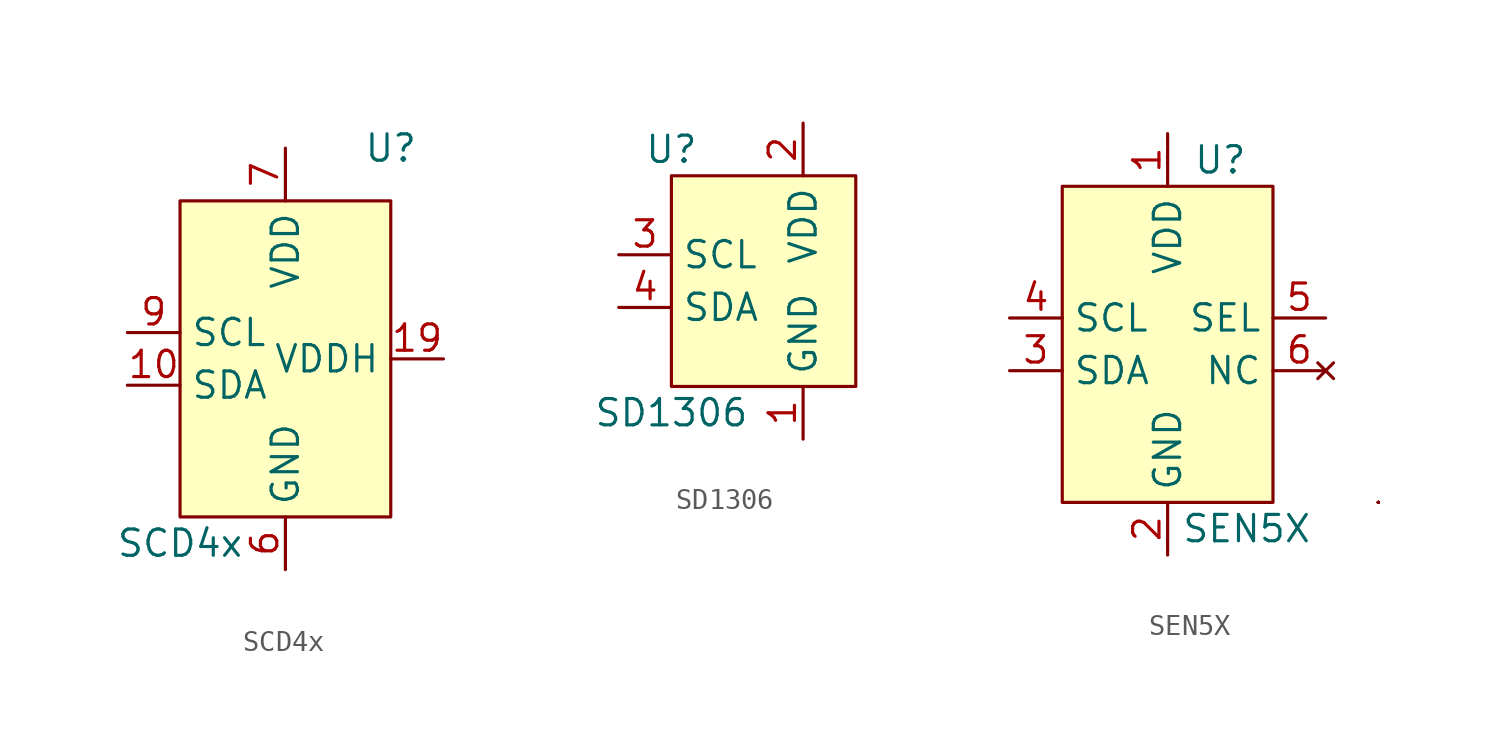
<source format=kicad_sym>
(kicad_symbol_lib
  (version 20211014)
  (generator kicad_symbol_editor)
  (symbol "SCD4x"
    (property "Reference" "U"
      (at 5.08 10.16 0)
      (effects (font (size 1.27 1.27))))
    (property "Value" "SCD4x"
      (at -5.08 -8.89 0)
      (effects (font (size 1.27 1.27))))
    (symbol "SCD4x_0_1"
      (rectangle (start -5.08 7.62) (end 5.08 -7.62) (stroke (width 0) (type default) (color 0 0 0 0)) (fill (type background))))
    (symbol "SCD4x_1_1"
      (pin input line (at -7.62 -1.27 0) (length 2.54) (name "SDA" (effects (font (size 1.27 1.27)))) (number "10" (effects (font (size 1.27 1.27)))))
      (pin input line (at 7.62 0 180) (length 2.54) (name "VDDH" (effects (font (size 1.27 1.27)))) (number "19" (effects (font (size 1.27 1.27)))))
      (pin input line (at 0 -10.16 90) (length 2.54) hide (name "GND" (effects (font (size 1.27 1.27)))) (number "20" (effects (font (size 1.27 1.27)))))
      (pin input line (at 0 -10.16 90) (length 2.54) hide (name "GND" (effects (font (size 1.27 1.27)))) (number "21" (effects (font (size 1.27 1.27)))))
      (pin input line (at 0 -10.16 90) (length 2.54) (name "GND" (effects (font (size 1.27 1.27)))) (number "6" (effects (font (size 1.27 1.27)))))
      (pin input line (at 0 10.16 270) (length 2.54) (name "VDD" (effects (font (size 1.27 1.27)))) (number "7" (effects (font (size 1.27 1.27)))))
      (pin input line (at -7.62 1.27 0) (length 2.54) (name "SCL" (effects (font (size 1.27 1.27)))) (number "9" (effects (font (size 1.27 1.27)))))))
  (symbol "SD1306"
    (property "Reference" "U"
      (at 0 6.35 0)
      (effects (font (size 1.27 1.27))))
    (property "Value" "SD1306"
      (at 0 -6.35 0)
      (effects (font (size 1.27 1.27))))
    (symbol "SD1306_0_1"
      (rectangle (start 0 -5.08) (end 8.89 5.08) (stroke (width 0) (type default) (color 0 0 0 0)) (fill (type background))))
    (symbol "SD1306_1_1"
      (pin input line (at 6.35 -7.62 90) (length 2.54) (name "GND" (effects (font (size 1.27 1.27)))) (number "1" (effects (font (size 1.27 1.27)))))
      (pin input line (at 6.35 7.62 270) (length 2.54) (name "VDD" (effects (font (size 1.27 1.27)))) (number "2" (effects (font (size 1.27 1.27)))))
      (pin input line (at -2.54 1.27 0) (length 2.54) (name "SCL" (effects (font (size 1.27 1.27)))) (number "3" (effects (font (size 1.27 1.27)))))
      (pin input line (at -2.54 -1.27 0) (length 2.54) (name "SDA" (effects (font (size 1.27 1.27)))) (number "4" (effects (font (size 1.27 1.27)))))))
  (symbol "SEN5X"
    (property "Reference" "U"
      (at 2.54 8.89 0)
      (effects (font (size 1.27 1.27))))
    (property "Value" "SEN5X"
      (at 3.81 -8.89 0)
      (effects (font (size 1.27 1.27))))
    (symbol "SEN5X_0_1"
      (rectangle (start -5.08 7.62) (end 5.08 -7.62) (stroke (width 0) (type default) (color 0 0 0 0)) (fill (type background)))
      (rectangle (start 10.16 -7.62) (end 10.16 -7.62) (stroke (width 0) (type default) (color 0 0 0 0)) (fill (type none)))
      (rectangle (start 10.16 -7.62) (end 10.16 -7.62) (stroke (width 0) (type default) (color 0 0 0 0)) (fill (type none)))
      (rectangle (start 10.16 -7.62) (end 10.16 -7.62) (stroke (width 0) (type default) (color 0 0 0 0)) (fill (type none)))
      (rectangle (start 10.16 -7.62) (end 10.16 -7.62) (stroke (width 0) (type default) (color 0 0 0 0)) (fill (type none)))
      (rectangle (start 10.16 -7.62) (end 10.16 -7.62) (stroke (width 0) (type default) (color 0 0 0 0)) (fill (type none)))
      (rectangle (start 10.16 -7.62) (end 10.16 -7.62) (stroke (width 0) (type default) (color 0 0 0 0)) (fill (type none)))
      (rectangle (start 10.16 -7.62) (end 10.16 -7.62) (stroke (width 0) (type default) (color 0 0 0 0)) (fill (type none)))
      (rectangle (start 10.16 -7.62) (end 10.16 -7.62) (stroke (width 0) (type default) (color 0 0 0 0)) (fill (type none)))
      (rectangle (start 10.16 -7.62) (end 10.16 -7.62) (stroke (width 0) (type default) (color 0 0 0 0)) (fill (type none)))
      (rectangle (start 10.16 -7.62) (end 10.16 -7.62) (stroke (width 0) (type default) (color 0 0 0 0)) (fill (type none)))
      (rectangle (start 10.16 -7.62) (end 10.16 -7.62) (stroke (width 0) (type default) (color 0 0 0 0)) (fill (type none)))
      (rectangle (start 10.16 -7.62) (end 10.16 -7.62) (stroke (width 0) (type default) (color 0 0 0 0)) (fill (type none))))
    (symbol "SEN5X_1_1"
      (pin input line (at 0 10.16 270) (length 2.54) (name "VDD" (effects (font (size 1.27 1.27)))) (number "1" (effects (font (size 1.27 1.27)))))
      (pin input line (at 0 -10.16 90) (length 2.54) (name "GND" (effects (font (size 1.27 1.27)))) (number "2" (effects (font (size 1.27 1.27)))))
      (pin input line (at -7.62 -1.27 0) (length 2.54) (name "SDA" (effects (font (size 1.27 1.27)))) (number "3" (effects (font (size 1.27 1.27)))))
      (pin input line (at -7.62 1.27 0) (length 2.54) (name "SCL" (effects (font (size 1.27 1.27)))) (number "4" (effects (font (size 1.27 1.27)))))
      (pin input line (at 7.62 1.27 180) (length 2.54) (name "SEL" (effects (font (size 1.27 1.27)))) (number "5" (effects (font (size 1.27 1.27)))))
      (pin no_connect line (at 7.62 -1.27 180) (length 2.54) (name "NC" (effects (font (size 1.27 1.27)))) (number "6" (effects (font (size 1.27 1.27))))))))
</source>
